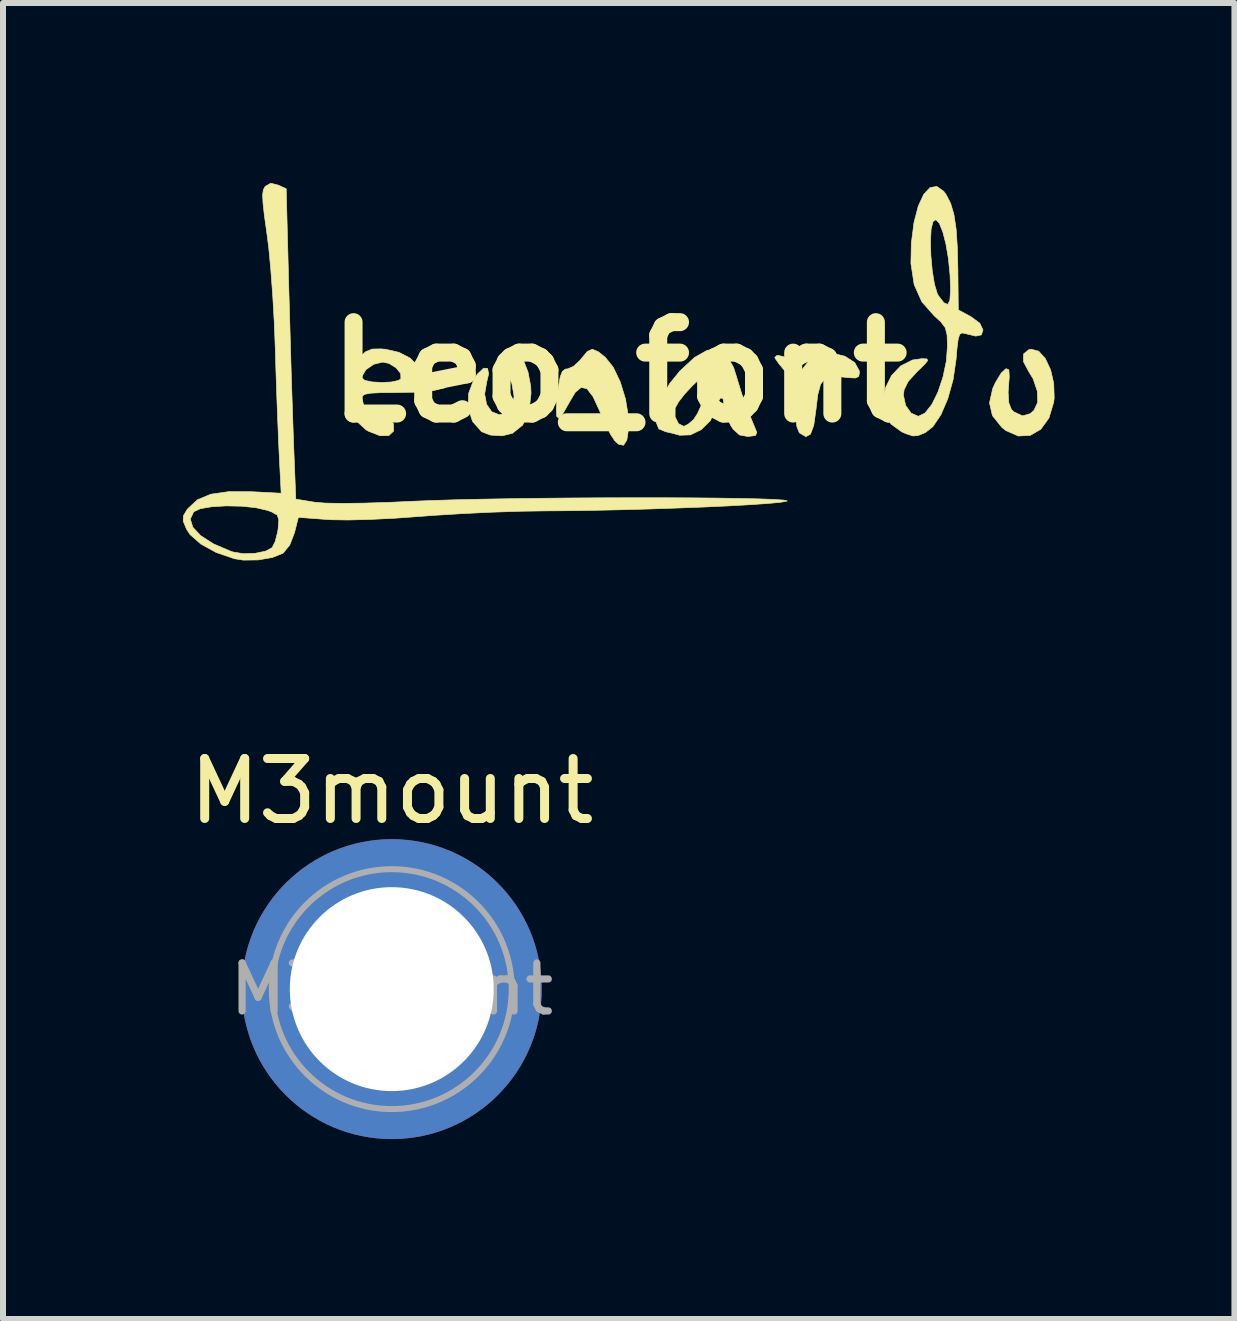
<source format=kicad_pcb>
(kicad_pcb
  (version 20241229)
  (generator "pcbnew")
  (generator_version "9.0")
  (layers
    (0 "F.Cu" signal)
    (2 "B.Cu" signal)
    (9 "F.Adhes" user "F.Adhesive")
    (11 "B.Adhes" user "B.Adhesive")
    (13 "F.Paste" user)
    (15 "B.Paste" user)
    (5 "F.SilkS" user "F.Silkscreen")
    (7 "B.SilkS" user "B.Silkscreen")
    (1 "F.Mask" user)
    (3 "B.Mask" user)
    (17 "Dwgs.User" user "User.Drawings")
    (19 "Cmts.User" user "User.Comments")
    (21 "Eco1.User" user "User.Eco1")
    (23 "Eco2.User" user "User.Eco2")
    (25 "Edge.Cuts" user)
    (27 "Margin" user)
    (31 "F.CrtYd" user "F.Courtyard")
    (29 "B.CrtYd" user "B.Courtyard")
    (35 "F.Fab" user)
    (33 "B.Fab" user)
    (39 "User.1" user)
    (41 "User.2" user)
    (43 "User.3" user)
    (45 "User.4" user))
  (footprint "Leo_font"
    (layer "F.Cu")
    (at 7.272 3.156)
    (property "Reference" "Leo_font" (at 0 0 0) (layer "F.SilkS") (effects (font (size 1.524 1.524) (thickness 0.3))))
    (attr through_hole)
    (fp_poly (pts (xy -1.697 -0.343) (xy -1.596 -0.203) (xy -1.518 -0.002) (xy -1.473 0.235) (xy -1.468 0.356) (xy -1.503 0.66) (xy -1.608 0.882) (xy -1.777 1.018) (xy -1.949 1.06) (xy -2.146 1.048) (xy -2.292 0.992) (xy -2.443 0.821) (xy -2.516 0.598) (xy -2.508 0.351) (xy -2.418 0.112) (xy -2.362 0.03) (xy -2.258 -0.067) (xy -2.192 -0.064) (xy -2.175 0.028) (xy -2.206 0.16) (xy -2.241 0.363) (xy -2.209 0.536) (xy -2.123 0.659) (xy -1.997 0.71) (xy -1.863 0.677) (xy -1.776 0.572) (xy -1.751 0.4) (xy -1.787 0.191) (xy -1.87 -0.002) (xy -1.949 -0.191) (xy -1.945 -0.323) (xy -1.86 -0.39) (xy -1.809 -0.395) (xy -1.697 -0.343)) (stroke (width 0.01) (type solid)) (fill yes) (layer "F.SilkS"))
    (fp_poly (pts (xy -0.343 -0.339) (xy -0.23 -0.249) (xy -0.097 -0.083) (xy 0.019 0.16) (xy 0.107 0.446) (xy 0.155 0.737) (xy 0.159 0.934) (xy 0.13 1.13) (xy 0.074 1.218) (xy -0.01 1.2) (xy -0.073 1.142) (xy -0.14 1.04) (xy -0.227 0.867) (xy -0.318 0.661) (xy -0.324 0.646) (xy -0.435 0.406) (xy -0.535 0.276) (xy -0.631 0.253) (xy -0.731 0.336) (xy -0.833 0.508) (xy -0.936 0.691) (xy -1.005 0.767) (xy -1.041 0.735) (xy -1.046 0.596) (xy -1.038 0.498) (xy -1.01 0.241) (xy -0.981 0.076) (xy -0.945 -0.015) (xy -0.895 -0.052) (xy -0.856 -0.056) (xy -0.758 -0.099) (xy -0.647 -0.203) (xy -0.63 -0.226) (xy -0.529 -0.347) (xy -0.445 -0.384) (xy -0.343 -0.339)) (stroke (width 0.01) (type solid)) (fill yes) (layer "F.SilkS"))
    (fp_poly (pts (xy 6.995 -0.351) (xy 7.107 -0.228) (xy 7.195 -0.041) (xy 7.247 0.185) (xy 7.255 0.428) (xy 7.247 0.498) (xy 7.168 0.762) (xy 7.033 0.95) (xy 6.856 1.053) (xy 6.657 1.064) (xy 6.45 0.974) (xy 6.379 0.917) (xy 6.225 0.724) (xy 6.176 0.513) (xy 6.23 0.27) (xy 6.277 0.169) (xy 6.373 0.012) (xy 6.451 -0.059) (xy 6.499 -0.04) (xy 6.506 0.073) (xy 6.487 0.336) (xy 6.498 0.51) (xy 6.54 0.618) (xy 6.581 0.66) (xy 6.726 0.728) (xy 6.854 0.692) (xy 6.916 0.639) (xy 6.979 0.503) (xy 6.973 0.315) (xy 6.904 0.11) (xy 6.828 -0.015) (xy 6.741 -0.179) (xy 6.744 -0.305) (xy 6.834 -0.377) (xy 6.869 -0.384) (xy 6.995 -0.351)) (stroke (width 0.01) (type solid)) (fill yes) (layer "F.SilkS"))
    (fp_poly (pts (xy 3.521 -0.325) (xy 3.539 -0.323) (xy 3.766 -0.266) (xy 3.928 -0.162) (xy 4.004 -0.025) (xy 4.008 0.011) (xy 3.995 0.073) (xy 3.938 0.097) (xy 3.808 0.09) (xy 3.737 0.081) (xy 3.558 0.07) (xy 3.437 0.104) (xy 3.36 0.2) (xy 3.313 0.376) (xy 3.282 0.633) (xy 3.246 0.887) (xy 3.191 1.033) (xy 3.115 1.075) (xy 3.014 1.016) (xy 3.004 1.006) (xy 2.965 0.91) (xy 2.941 0.729) (xy 2.935 0.555) (xy 2.93 0.341) (xy 2.906 0.198) (xy 2.851 0.087) (xy 2.766 -0.02) (xy 2.664 -0.142) (xy 2.604 -0.229) (xy 2.596 -0.247) (xy 2.637 -0.283) (xy 2.737 -0.261) (xy 2.867 -0.189) (xy 2.901 -0.164) (xy 3.051 -0.046) (xy 3.172 -0.198) (xy 3.263 -0.294) (xy 3.363 -0.331) (xy 3.521 -0.325)) (stroke (width 0.01) (type solid)) (fill yes) (layer "F.SilkS"))
    (fp_poly (pts (xy 1.795 -0.282) (xy 1.909 -0.079) (xy 1.947 0.04) (xy 2.045 0.36) (xy 2.181 0.722) (xy 2.296 1.002) (xy 2.276 1.055) (xy 2.151 1.072) (xy 2.15 1.072) (xy 2.009 1.047) (xy 1.903 0.951) (xy 1.862 0.889) (xy 1.786 0.722) (xy 1.75 0.561) (xy 1.75 0.547) (xy 1.733 0.439) (xy 1.691 0.429) (xy 1.642 0.509) (xy 1.609 0.62) (xy 1.522 0.808) (xy 1.372 0.957) (xy 1.19 1.045) (xy 1.008 1.051) (xy 0.988 1.045) (xy 0.894 1.019) (xy 0.776 0.992) (xy 0.663 0.945) (xy 0.623 0.847) (xy 0.621 0.787) (xy 0.629 0.743) (xy 0.934 0.743) (xy 0.991 0.858) (xy 1.079 0.903) (xy 1.152 0.867) (xy 1.24 0.792) (xy 1.305 0.694) (xy 1.377 0.538) (xy 1.444 0.358) (xy 1.493 0.188) (xy 1.514 0.063) (xy 1.505 0.019) (xy 1.448 0.033) (xy 1.344 0.111) (xy 1.217 0.231) (xy 1.091 0.367) (xy 0.99 0.497) (xy 0.936 0.596) (xy 0.935 0.6) (xy 0.934 0.743) (xy 0.629 0.743) (xy 0.677 0.496) (xy 0.842 0.191) (xy 1.013 -0.019) (xy 1.257 -0.246) (xy 1.469 -0.366) (xy 1.648 -0.378) (xy 1.795 -0.282)) (stroke (width 0.01) (type solid)) (fill yes) (layer "F.SilkS"))
    (fp_poly (pts (xy -3.89 -0.382) (xy -3.669 -0.331) (xy -3.484 -0.236) (xy -3.363 -0.114) (xy -3.33 -0.012) (xy -3.3 0.042) (xy -3.194 0.036) (xy -3.175 0.032) (xy -2.971 -0.01) (xy -2.852 -0.01) (xy -2.793 0.035) (xy -2.777 0.092) (xy -2.8 0.189) (xy -2.905 0.26) (xy -3.099 0.307) (xy -3.392 0.333) (xy -3.706 0.339) (xy -3.972 0.341) (xy -4.145 0.35) (xy -4.243 0.369) (xy -4.284 0.4) (xy -4.29 0.427) (xy -4.245 0.602) (xy -4.126 0.71) (xy -4.012 0.734) (xy -3.853 0.768) (xy -3.761 0.858) (xy -3.758 0.98) (xy -3.759 0.981) (xy -3.841 1.058) (xy -3.987 1.059) (xy -4.176 0.985) (xy -4.223 0.958) (xy -4.411 0.783) (xy -4.523 0.55) (xy -4.557 0.289) (xy -4.521 0.093) (xy -4.29 0.093) (xy -4.24 0.136) (xy -4.116 0.162) (xy -3.956 0.171) (xy -3.797 0.163) (xy -3.677 0.137) (xy -3.638 0.109) (xy -3.641 0.022) (xy -3.718 -0.073) (xy -3.836 -0.146) (xy -3.941 -0.169) (xy -4.091 -0.132) (xy -4.221 -0.042) (xy -4.287 0.07) (xy -4.29 0.093) (xy -4.521 0.093) (xy -4.509 0.029) (xy -4.377 -0.201) (xy -4.339 -0.242) (xy -4.225 -0.342) (xy -4.118 -0.386) (xy -3.968 -0.389) (xy -3.89 -0.382)) (stroke (width 0.01) (type solid)) (fill yes) (layer "F.SilkS"))
    (fp_poly (pts (xy 5.413 -3.016) (xy 5.451 -2.965) (xy 5.528 -2.816) (xy 5.583 -2.63) (xy 5.62 -2.386) (xy 5.641 -2.065) (xy 5.649 -1.719) (xy 5.656 -1.039) (xy 5.862 -0.929) (xy 6.014 -0.817) (xy 6.068 -0.705) (xy 6.04 -0.622) (xy 5.947 -0.602) (xy 5.777 -0.643) (xy 5.718 -0.655) (xy 5.679 -0.631) (xy 5.654 -0.551) (xy 5.634 -0.395) (xy 5.619 -0.214) (xy 5.569 0.126) (xy 5.481 0.441) (xy 5.366 0.709) (xy 5.232 0.908) (xy 5.107 1.006) (xy 4.988 1.055) (xy 4.9 1.063) (xy 4.788 1.027) (xy 4.712 0.994) (xy 4.533 0.864) (xy 4.432 0.683) (xy 4.405 0.473) (xy 4.443 0.257) (xy 4.542 0.057) (xy 4.694 -0.104) (xy 4.893 -0.204) (xy 5.051 -0.226) (xy 5.13 -0.222) (xy 5.148 -0.197) (xy 5.098 -0.134) (xy 4.973 -0.012) (xy 4.969 -0.009) (xy 4.82 0.155) (xy 4.752 0.294) (xy 4.741 0.382) (xy 4.777 0.552) (xy 4.868 0.681) (xy 4.987 0.734) (xy 4.991 0.734) (xy 5.101 0.681) (xy 5.213 0.54) (xy 5.316 0.333) (xy 5.4 0.083) (xy 5.457 -0.186) (xy 5.475 -0.431) (xy 5.469 -0.619) (xy 5.439 -0.741) (xy 5.364 -0.841) (xy 5.254 -0.941) (xy 5.048 -1.174) (xy 4.92 -1.46) (xy 4.866 -1.814) (xy 4.873 -2.157) (xy 4.877 -2.184) (xy 5.192 -2.184) (xy 5.199 -1.941) (xy 5.222 -1.691) (xy 5.258 -1.47) (xy 5.305 -1.312) (xy 5.321 -1.281) (xy 5.415 -1.159) (xy 5.479 -1.13) (xy 5.515 -1.198) (xy 5.527 -1.369) (xy 5.518 -1.623) (xy 5.491 -1.895) (xy 5.449 -2.14) (xy 5.397 -2.342) (xy 5.34 -2.482) (xy 5.283 -2.543) (xy 5.235 -2.513) (xy 5.203 -2.387) (xy 5.192 -2.184) (xy 4.877 -2.184) (xy 4.917 -2.496) (xy 4.988 -2.768) (xy 5.079 -2.965) (xy 5.184 -3.078) (xy 5.297 -3.098) (xy 5.413 -3.016)) (stroke (width 0.01) (type solid)) (fill yes) (layer "F.SilkS"))
    (fp_poly (pts (xy -5.685 -3.12) (xy -5.684 -3.12) (xy -5.55 -3.059) (xy -5.506 -1.374) (xy -5.492 -0.892) (xy -5.478 -0.395) (xy -5.464 0.091) (xy -5.449 0.539) (xy -5.436 0.925) (xy -5.426 1.213) (xy -5.39 2.116) (xy -5.08 2.167) (xy -4.903 2.182) (xy -4.626 2.187) (xy -4.26 2.183) (xy -3.816 2.169) (xy -3.443 2.152) (xy -3.117 2.139) (xy -2.73 2.127) (xy -2.294 2.117) (xy -1.819 2.109) (xy -1.317 2.102) (xy -0.799 2.097) (xy -0.276 2.094) (xy 0.241 2.093) (xy 0.74 2.093) (xy 1.21 2.095) (xy 1.641 2.099) (xy 2.02 2.105) (xy 2.337 2.112) (xy 2.581 2.121) (xy 2.74 2.132) (xy 2.803 2.144) (xy 2.794 2.151) (xy 2.684 2.17) (xy 2.476 2.189) (xy 2.186 2.209) (xy 1.827 2.229) (xy 1.416 2.248) (xy 0.966 2.265) (xy 0.494 2.281) (xy 0.014 2.294) (xy -0.459 2.304) (xy -0.91 2.31) (xy -1.214 2.312) (xy -1.634 2.318) (xy -2.119 2.334) (xy -2.62 2.358) (xy -3.09 2.387) (xy -3.303 2.403) (xy -3.742 2.435) (xy -4.154 2.455) (xy -4.514 2.464) (xy -4.795 2.46) (xy -4.861 2.456) (xy -5.347 2.42) (xy -5.412 2.677) (xy -5.49 2.879) (xy -5.597 3.012) (xy -5.606 3.019) (xy -5.783 3.09) (xy -6.019 3.13) (xy -6.264 3.133) (xy -6.413 3.11) (xy -6.717 3.006) (xy -6.972 2.866) (xy -7.153 2.707) (xy -7.212 2.617) (xy -7.267 2.484) (xy -7.266 2.448) (xy -7.149 2.448) (xy -7.107 2.585) (xy -6.975 2.726) (xy -6.763 2.862) (xy -6.482 2.982) (xy -6.435 2.998) (xy -6.262 3.026) (xy -6.065 3.019) (xy -5.889 2.982) (xy -5.785 2.925) (xy -5.734 2.824) (xy -5.693 2.664) (xy -5.685 2.613) (xy -5.673 2.462) (xy -5.7 2.381) (xy -5.791 2.33) (xy -5.862 2.304) (xy -6.056 2.259) (xy -6.296 2.234) (xy -6.551 2.229) (xy -6.79 2.243) (xy -6.981 2.275) (xy -7.091 2.326) (xy -7.092 2.326) (xy -7.149 2.448) (xy -7.266 2.448) (xy -7.265 2.395) (xy -7.203 2.292) (xy -7.191 2.276) (xy -7.032 2.128) (xy -6.808 2.034) (xy -6.506 1.991) (xy -6.133 1.992) (xy -5.634 2.018) (xy -5.666 1.39) (xy -5.678 1.132) (xy -5.692 0.791) (xy -5.707 0.398) (xy -5.721 -0.017) (xy -5.733 -0.423) (xy -5.733 -0.423) (xy -5.75 -0.846) (xy -5.775 -1.282) (xy -5.806 -1.699) (xy -5.84 -2.063) (xy -5.872 -2.314) (xy -5.914 -2.614) (xy -5.937 -2.823) (xy -5.943 -2.959) (xy -5.931 -3.043) (xy -5.902 -3.095) (xy -5.897 -3.1) (xy -5.807 -3.151) (xy -5.685 -3.12)) (stroke (width 0.01) (type solid)) (fill yes) (layer "F.SilkS")))
  (footprint "M3mount"
    (layer "F.Cu")
    (at 3.482 13.442)
    (property "Reference" "M3mount" (at 0 -3.3 0) (layer "F.SilkS") (effects (font (size 1 1) (thickness 0.15))))
    (attr through_hole)
    (fp_circle (center 0 0) (end 2 0) (stroke (width 0.1) (type solid)) (fill no) (layer "F.Fab"))
    (fp_text user "${REFERENCE}" (at 0 0 0) (layer "F.Fab") (effects (font (size 0.8 0.8) (thickness 0.12))))
    (pad "1" thru_hole circle (at 0 0) (size 5 5) (drill 3.4) (layers "*.Cu" "*.Mask")))
  (gr_rect
    (start -3 -3)
    (end 17.532 18.942)
    (stroke (width 0.1) (type default))
    (fill no)
    (layer "Edge.Cuts")))
</source>
